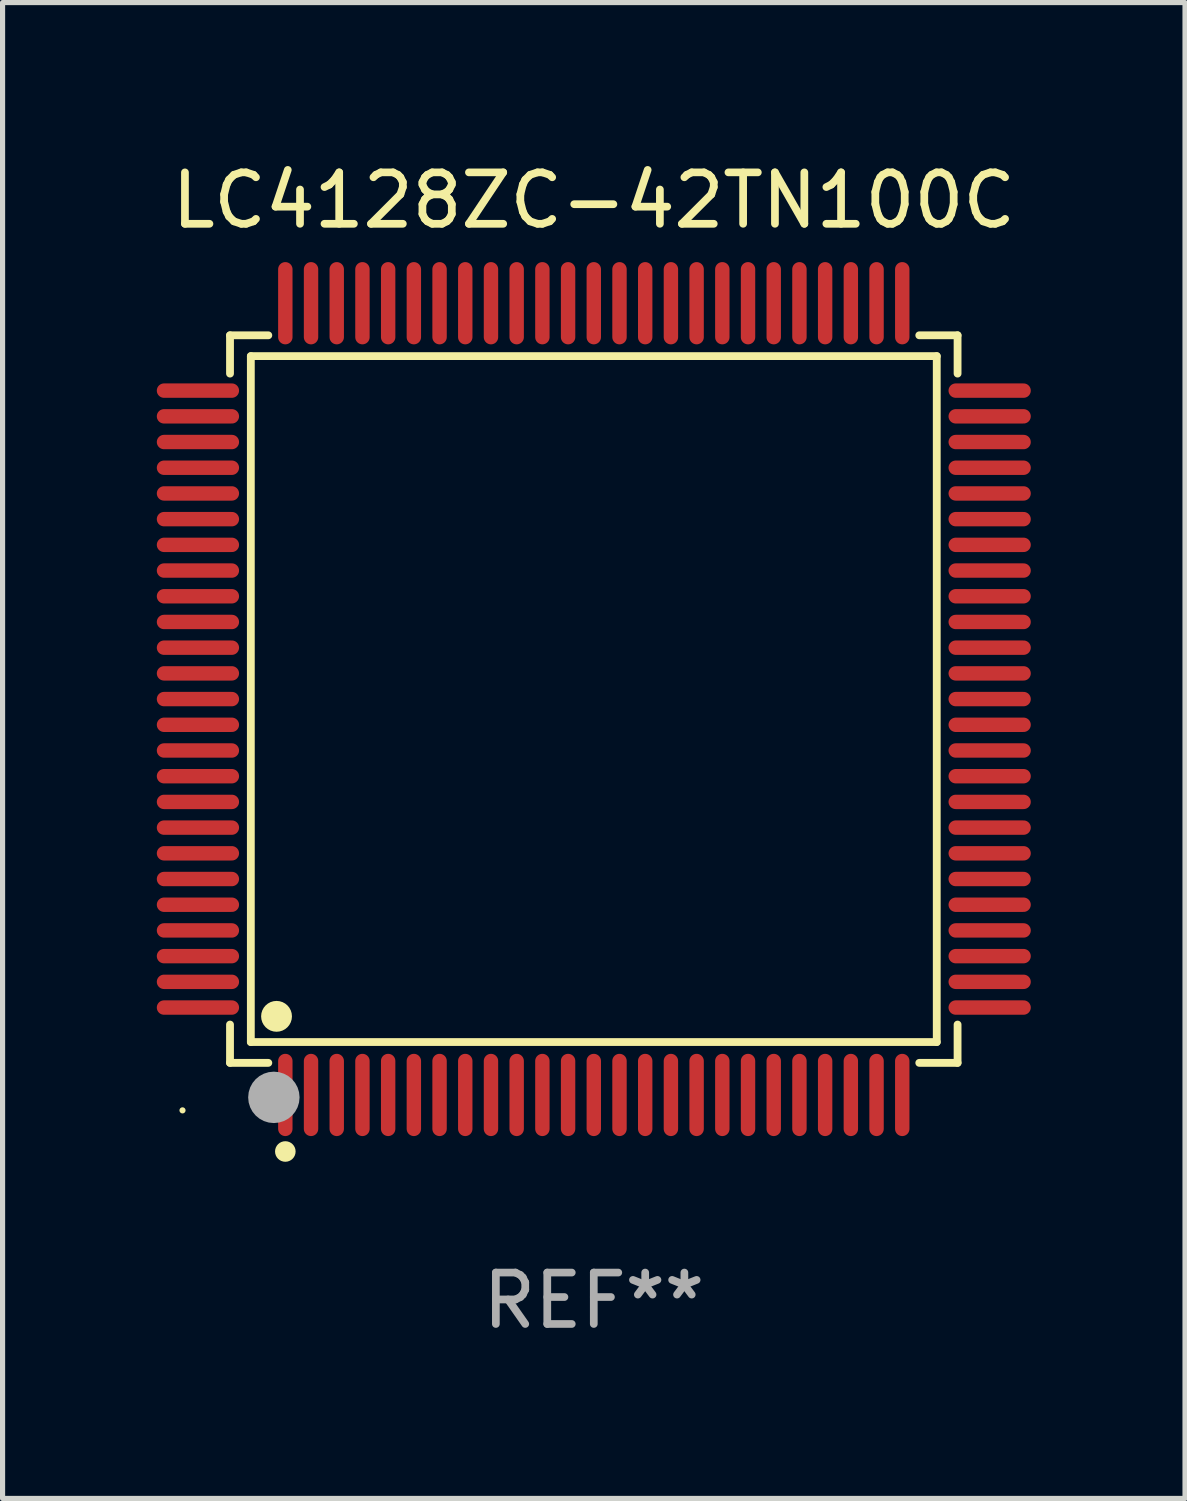
<source format=kicad_pcb>
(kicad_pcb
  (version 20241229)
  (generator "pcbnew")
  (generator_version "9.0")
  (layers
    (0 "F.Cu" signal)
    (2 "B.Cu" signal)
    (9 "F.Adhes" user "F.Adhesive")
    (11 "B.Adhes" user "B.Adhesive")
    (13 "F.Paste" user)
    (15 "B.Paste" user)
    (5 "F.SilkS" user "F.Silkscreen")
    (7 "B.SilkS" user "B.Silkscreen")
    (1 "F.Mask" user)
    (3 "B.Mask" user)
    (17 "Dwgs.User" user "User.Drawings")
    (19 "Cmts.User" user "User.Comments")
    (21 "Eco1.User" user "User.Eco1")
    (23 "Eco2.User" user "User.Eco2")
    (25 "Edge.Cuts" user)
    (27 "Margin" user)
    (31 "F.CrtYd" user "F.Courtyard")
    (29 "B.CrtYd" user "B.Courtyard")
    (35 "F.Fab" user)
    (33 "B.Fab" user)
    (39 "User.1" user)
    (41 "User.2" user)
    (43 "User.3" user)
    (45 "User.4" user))
  (footprint "LC4128ZC-42TN100C"
    (layer "F.Cu")
    (at 8.5 10.548)
    (property "Reference" "LC4128ZC-42TN100C" (at 0 -9.7 0) (layer "F.SilkS") (effects (font (size 1 1) (thickness 0.15))))
    (attr through_hole)
    (fp_line (start -7.076 -7.076) (end -6.331 -7.076) (stroke (width 0.152) (type solid)) (layer "F.SilkS"))
    (fp_line (start -7.076 -6.331) (end -7.076 -7.076) (stroke (width 0.152) (type solid)) (layer "F.SilkS"))
    (fp_line (start -7.076 6.331) (end -7.076 7.076) (stroke (width 0.152) (type solid)) (layer "F.SilkS"))
    (fp_line (start -7.076 7.076) (end -6.331 7.076) (stroke (width 0.152) (type solid)) (layer "F.SilkS"))
    (fp_line (start -6.671 -6.671) (end 6.671 -6.671) (stroke (width 0.152) (type solid)) (layer "F.SilkS"))
    (fp_line (start -6.671 6.671) (end -6.671 -6.671) (stroke (width 0.152) (type solid)) (layer "F.SilkS"))
    (fp_line (start 6.671 -6.671) (end 6.671 6.671) (stroke (width 0.152) (type solid)) (layer "F.SilkS"))
    (fp_line (start 6.671 6.671) (end -6.671 6.671) (stroke (width 0.152) (type solid)) (layer "F.SilkS"))
    (fp_line (start 7.076 -7.076) (end 6.331 -7.076) (stroke (width 0.152) (type solid)) (layer "F.SilkS"))
    (fp_line (start 7.076 -6.331) (end 7.076 -7.076) (stroke (width 0.152) (type solid)) (layer "F.SilkS"))
    (fp_line (start 7.076 6.331) (end 7.076 7.076) (stroke (width 0.152) (type solid)) (layer "F.SilkS"))
    (fp_line (start 7.076 7.076) (end 6.331 7.076) (stroke (width 0.152) (type solid)) (layer "F.SilkS"))
    (fp_circle (center -8 8) (end -7.97 8) (stroke (width 0.06) (type solid)) (fill no) (layer "F.SilkS"))
    (fp_circle (center -6.171 6.171) (end -6.021 6.171) (stroke (width 0.3) (type solid)) (fill no) (layer "F.SilkS"))
    (fp_circle (center -6 8.8) (end -5.9 8.8) (stroke (width 0.2) (type solid)) (fill no) (layer "F.SilkS"))
    (fp_circle (center -6.223 7.747) (end -5.973 7.747) (stroke (width 0.5) (type solid)) (fill no) (layer "F.Fab"))
    (fp_text user "REF**" (at 0 11.7 0) (layer "F.Fab") (effects (font (size 1 1) (thickness 0.15))))
    (pad "1" smd oval (at -6 7.7) (size 0.28 1.6) (layers "F.Cu" "F.Mask" "F.Paste"))
    (pad "2" smd oval (at -5.5 7.7) (size 0.28 1.6) (layers "F.Cu" "F.Mask" "F.Paste"))
    (pad "3" smd oval (at -5 7.7) (size 0.28 1.6) (layers "F.Cu" "F.Mask" "F.Paste"))
    (pad "4" smd oval (at -4.5 7.7) (size 0.28 1.6) (layers "F.Cu" "F.Mask" "F.Paste"))
    (pad "5" smd oval (at -4 7.7) (size 0.28 1.6) (layers "F.Cu" "F.Mask" "F.Paste"))
    (pad "6" smd oval (at -3.5 7.7) (size 0.28 1.6) (layers "F.Cu" "F.Mask" "F.Paste"))
    (pad "7" smd oval (at -3 7.7) (size 0.28 1.6) (layers "F.Cu" "F.Mask" "F.Paste"))
    (pad "8" smd oval (at -2.5 7.7) (size 0.28 1.6) (layers "F.Cu" "F.Mask" "F.Paste"))
    (pad "9" smd oval (at -2 7.7) (size 0.28 1.6) (layers "F.Cu" "F.Mask" "F.Paste"))
    (pad "10" smd oval (at -1.5 7.7) (size 0.28 1.6) (layers "F.Cu" "F.Mask" "F.Paste"))
    (pad "11" smd oval (at -1 7.7) (size 0.28 1.6) (layers "F.Cu" "F.Mask" "F.Paste"))
    (pad "12" smd oval (at -0.5 7.7) (size 0.28 1.6) (layers "F.Cu" "F.Mask" "F.Paste"))
    (pad "13" smd oval (at 0 7.7) (size 0.28 1.6) (layers "F.Cu" "F.Mask" "F.Paste"))
    (pad "14" smd oval (at 0.5 7.7) (size 0.28 1.6) (layers "F.Cu" "F.Mask" "F.Paste"))
    (pad "15" smd oval (at 1 7.7) (size 0.28 1.6) (layers "F.Cu" "F.Mask" "F.Paste"))
    (pad "16" smd oval (at 1.5 7.7) (size 0.28 1.6) (layers "F.Cu" "F.Mask" "F.Paste"))
    (pad "17" smd oval (at 2 7.7) (size 0.28 1.6) (layers "F.Cu" "F.Mask" "F.Paste"))
    (pad "18" smd oval (at 2.5 7.7) (size 0.28 1.6) (layers "F.Cu" "F.Mask" "F.Paste"))
    (pad "19" smd oval (at 3 7.7) (size 0.28 1.6) (layers "F.Cu" "F.Mask" "F.Paste"))
    (pad "20" smd oval (at 3.5 7.7) (size 0.28 1.6) (layers "F.Cu" "F.Mask" "F.Paste"))
    (pad "21" smd oval (at 4 7.7) (size 0.28 1.6) (layers "F.Cu" "F.Mask" "F.Paste"))
    (pad "22" smd oval (at 4.5 7.7) (size 0.28 1.6) (layers "F.Cu" "F.Mask" "F.Paste"))
    (pad "23" smd oval (at 5 7.7) (size 0.28 1.6) (layers "F.Cu" "F.Mask" "F.Paste"))
    (pad "24" smd oval (at 5.5 7.7) (size 0.28 1.6) (layers "F.Cu" "F.Mask" "F.Paste"))
    (pad "25" smd oval (at 6 7.7) (size 0.28 1.6) (layers "F.Cu" "F.Mask" "F.Paste"))
    (pad "26" smd oval (at 7.7 6) (size 1.6 0.28) (layers "F.Cu" "F.Mask" "F.Paste"))
    (pad "27" smd oval (at 7.7 5.5) (size 1.6 0.28) (layers "F.Cu" "F.Mask" "F.Paste"))
    (pad "28" smd oval (at 7.7 5) (size 1.6 0.28) (layers "F.Cu" "F.Mask" "F.Paste"))
    (pad "29" smd oval (at 7.7 4.5) (size 1.6 0.28) (layers "F.Cu" "F.Mask" "F.Paste"))
    (pad "30" smd oval (at 7.7 4) (size 1.6 0.28) (layers "F.Cu" "F.Mask" "F.Paste"))
    (pad "31" smd oval (at 7.7 3.5) (size 1.6 0.28) (layers "F.Cu" "F.Mask" "F.Paste"))
    (pad "32" smd oval (at 7.7 3) (size 1.6 0.28) (layers "F.Cu" "F.Mask" "F.Paste"))
    (pad "33" smd oval (at 7.7 2.5) (size 1.6 0.28) (layers "F.Cu" "F.Mask" "F.Paste"))
    (pad "34" smd oval (at 7.7 2) (size 1.6 0.28) (layers "F.Cu" "F.Mask" "F.Paste"))
    (pad "35" smd oval (at 7.7 1.5) (size 1.6 0.28) (layers "F.Cu" "F.Mask" "F.Paste"))
    (pad "36" smd oval (at 7.7 1) (size 1.6 0.28) (layers "F.Cu" "F.Mask" "F.Paste"))
    (pad "37" smd oval (at 7.7 0.5) (size 1.6 0.28) (layers "F.Cu" "F.Mask" "F.Paste"))
    (pad "38" smd oval (at 7.7 0) (size 1.6 0.28) (layers "F.Cu" "F.Mask" "F.Paste"))
    (pad "39" smd oval (at 7.7 -0.5) (size 1.6 0.28) (layers "F.Cu" "F.Mask" "F.Paste"))
    (pad "40" smd oval (at 7.7 -1) (size 1.6 0.28) (layers "F.Cu" "F.Mask" "F.Paste"))
    (pad "41" smd oval (at 7.7 -1.5) (size 1.6 0.28) (layers "F.Cu" "F.Mask" "F.Paste"))
    (pad "42" smd oval (at 7.7 -2) (size 1.6 0.28) (layers "F.Cu" "F.Mask" "F.Paste"))
    (pad "43" smd oval (at 7.7 -2.5) (size 1.6 0.28) (layers "F.Cu" "F.Mask" "F.Paste"))
    (pad "44" smd oval (at 7.7 -3) (size 1.6 0.28) (layers "F.Cu" "F.Mask" "F.Paste"))
    (pad "45" smd oval (at 7.7 -3.5) (size 1.6 0.28) (layers "F.Cu" "F.Mask" "F.Paste"))
    (pad "46" smd oval (at 7.7 -4) (size 1.6 0.28) (layers "F.Cu" "F.Mask" "F.Paste"))
    (pad "47" smd oval (at 7.7 -4.5) (size 1.6 0.28) (layers "F.Cu" "F.Mask" "F.Paste"))
    (pad "48" smd oval (at 7.7 -5) (size 1.6 0.28) (layers "F.Cu" "F.Mask" "F.Paste"))
    (pad "49" smd oval (at 7.7 -5.5) (size 1.6 0.28) (layers "F.Cu" "F.Mask" "F.Paste"))
    (pad "50" smd oval (at 7.7 -6) (size 1.6 0.28) (layers "F.Cu" "F.Mask" "F.Paste"))
    (pad "51" smd oval (at 6 -7.7) (size 0.28 1.6) (layers "F.Cu" "F.Mask" "F.Paste"))
    (pad "52" smd oval (at 5.5 -7.7) (size 0.28 1.6) (layers "F.Cu" "F.Mask" "F.Paste"))
    (pad "53" smd oval (at 5 -7.7) (size 0.28 1.6) (layers "F.Cu" "F.Mask" "F.Paste"))
    (pad "54" smd oval (at 4.5 -7.7) (size 0.28 1.6) (layers "F.Cu" "F.Mask" "F.Paste"))
    (pad "55" smd oval (at 4 -7.7) (size 0.28 1.6) (layers "F.Cu" "F.Mask" "F.Paste"))
    (pad "56" smd oval (at 3.5 -7.7) (size 0.28 1.6) (layers "F.Cu" "F.Mask" "F.Paste"))
    (pad "57" smd oval (at 3 -7.7) (size 0.28 1.6) (layers "F.Cu" "F.Mask" "F.Paste"))
    (pad "58" smd oval (at 2.5 -7.7) (size 0.28 1.6) (layers "F.Cu" "F.Mask" "F.Paste"))
    (pad "59" smd oval (at 2 -7.7) (size 0.28 1.6) (layers "F.Cu" "F.Mask" "F.Paste"))
    (pad "60" smd oval (at 1.5 -7.7) (size 0.28 1.6) (layers "F.Cu" "F.Mask" "F.Paste"))
    (pad "61" smd oval (at 1 -7.7) (size 0.28 1.6) (layers "F.Cu" "F.Mask" "F.Paste"))
    (pad "62" smd oval (at 0.5 -7.7) (size 0.28 1.6) (layers "F.Cu" "F.Mask" "F.Paste"))
    (pad "63" smd oval (at 0 -7.7) (size 0.28 1.6) (layers "F.Cu" "F.Mask" "F.Paste"))
    (pad "64" smd oval (at -0.5 -7.7) (size 0.28 1.6) (layers "F.Cu" "F.Mask" "F.Paste"))
    (pad "65" smd oval (at -1 -7.7) (size 0.28 1.6) (layers "F.Cu" "F.Mask" "F.Paste"))
    (pad "66" smd oval (at -1.5 -7.7) (size 0.28 1.6) (layers "F.Cu" "F.Mask" "F.Paste"))
    (pad "67" smd oval (at -2 -7.7) (size 0.28 1.6) (layers "F.Cu" "F.Mask" "F.Paste"))
    (pad "68" smd oval (at -2.5 -7.7) (size 0.28 1.6) (layers "F.Cu" "F.Mask" "F.Paste"))
    (pad "69" smd oval (at -3 -7.7) (size 0.28 1.6) (layers "F.Cu" "F.Mask" "F.Paste"))
    (pad "70" smd oval (at -3.5 -7.7) (size 0.28 1.6) (layers "F.Cu" "F.Mask" "F.Paste"))
    (pad "71" smd oval (at -4 -7.7) (size 0.28 1.6) (layers "F.Cu" "F.Mask" "F.Paste"))
    (pad "72" smd oval (at -4.5 -7.7) (size 0.28 1.6) (layers "F.Cu" "F.Mask" "F.Paste"))
    (pad "73" smd oval (at -5 -7.7) (size 0.28 1.6) (layers "F.Cu" "F.Mask" "F.Paste"))
    (pad "74" smd oval (at -5.5 -7.7) (size 0.28 1.6) (layers "F.Cu" "F.Mask" "F.Paste"))
    (pad "75" smd oval (at -6 -7.7) (size 0.28 1.6) (layers "F.Cu" "F.Mask" "F.Paste"))
    (pad "76" smd oval (at -7.7 -6) (size 1.6 0.28) (layers "F.Cu" "F.Mask" "F.Paste"))
    (pad "77" smd oval (at -7.7 -5.5) (size 1.6 0.28) (layers "F.Cu" "F.Mask" "F.Paste"))
    (pad "78" smd oval (at -7.7 -5) (size 1.6 0.28) (layers "F.Cu" "F.Mask" "F.Paste"))
    (pad "79" smd oval (at -7.7 -4.5) (size 1.6 0.28) (layers "F.Cu" "F.Mask" "F.Paste"))
    (pad "80" smd oval (at -7.7 -4) (size 1.6 0.28) (layers "F.Cu" "F.Mask" "F.Paste"))
    (pad "81" smd oval (at -7.7 -3.5) (size 1.6 0.28) (layers "F.Cu" "F.Mask" "F.Paste"))
    (pad "82" smd oval (at -7.7 -3) (size 1.6 0.28) (layers "F.Cu" "F.Mask" "F.Paste"))
    (pad "83" smd oval (at -7.7 -2.5) (size 1.6 0.28) (layers "F.Cu" "F.Mask" "F.Paste"))
    (pad "84" smd oval (at -7.7 -2) (size 1.6 0.28) (layers "F.Cu" "F.Mask" "F.Paste"))
    (pad "85" smd oval (at -7.7 -1.5) (size 1.6 0.28) (layers "F.Cu" "F.Mask" "F.Paste"))
    (pad "86" smd oval (at -7.7 -1) (size 1.6 0.28) (layers "F.Cu" "F.Mask" "F.Paste"))
    (pad "87" smd oval (at -7.7 -0.5) (size 1.6 0.28) (layers "F.Cu" "F.Mask" "F.Paste"))
    (pad "88" smd oval (at -7.7 0) (size 1.6 0.28) (layers "F.Cu" "F.Mask" "F.Paste"))
    (pad "89" smd oval (at -7.7 0.5) (size 1.6 0.28) (layers "F.Cu" "F.Mask" "F.Paste"))
    (pad "90" smd oval (at -7.7 1) (size 1.6 0.28) (layers "F.Cu" "F.Mask" "F.Paste"))
    (pad "91" smd oval (at -7.7 1.5) (size 1.6 0.28) (layers "F.Cu" "F.Mask" "F.Paste"))
    (pad "92" smd oval (at -7.7 2) (size 1.6 0.28) (layers "F.Cu" "F.Mask" "F.Paste"))
    (pad "93" smd oval (at -7.7 2.5) (size 1.6 0.28) (layers "F.Cu" "F.Mask" "F.Paste"))
    (pad "94" smd oval (at -7.7 3) (size 1.6 0.28) (layers "F.Cu" "F.Mask" "F.Paste"))
    (pad "95" smd oval (at -7.7 3.5) (size 1.6 0.28) (layers "F.Cu" "F.Mask" "F.Paste"))
    (pad "96" smd oval (at -7.7 4) (size 1.6 0.28) (layers "F.Cu" "F.Mask" "F.Paste"))
    (pad "97" smd oval (at -7.7 4.5) (size 1.6 0.28) (layers "F.Cu" "F.Mask" "F.Paste"))
    (pad "98" smd oval (at -7.7 5) (size 1.6 0.28) (layers "F.Cu" "F.Mask" "F.Paste"))
    (pad "99" smd oval (at -7.7 5.5) (size 1.6 0.28) (layers "F.Cu" "F.Mask" "F.Paste"))
    (pad "100" smd oval (at -7.7 6) (size 1.6 0.28) (layers "F.Cu" "F.Mask" "F.Paste")))
  (gr_rect
    (start -3 -3)
    (end 20 26.097)
    (stroke (width 0.1) (type default))
    (fill no)
    (layer "Edge.Cuts")))
</source>
